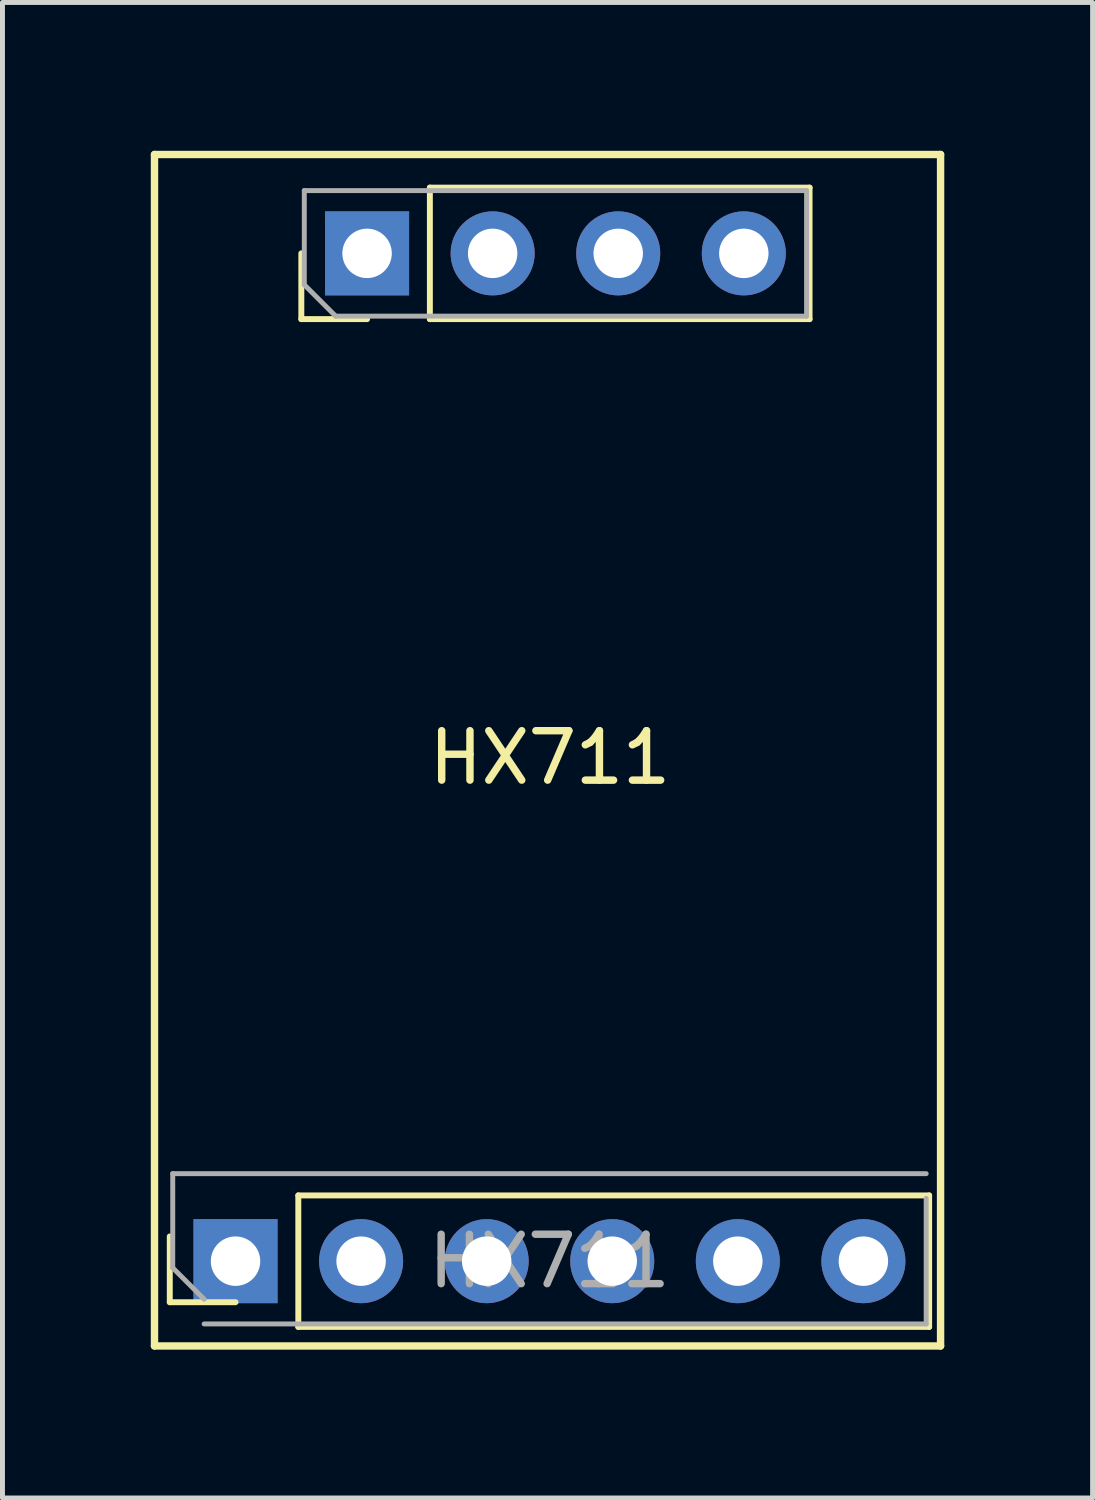
<source format=kicad_pcb>
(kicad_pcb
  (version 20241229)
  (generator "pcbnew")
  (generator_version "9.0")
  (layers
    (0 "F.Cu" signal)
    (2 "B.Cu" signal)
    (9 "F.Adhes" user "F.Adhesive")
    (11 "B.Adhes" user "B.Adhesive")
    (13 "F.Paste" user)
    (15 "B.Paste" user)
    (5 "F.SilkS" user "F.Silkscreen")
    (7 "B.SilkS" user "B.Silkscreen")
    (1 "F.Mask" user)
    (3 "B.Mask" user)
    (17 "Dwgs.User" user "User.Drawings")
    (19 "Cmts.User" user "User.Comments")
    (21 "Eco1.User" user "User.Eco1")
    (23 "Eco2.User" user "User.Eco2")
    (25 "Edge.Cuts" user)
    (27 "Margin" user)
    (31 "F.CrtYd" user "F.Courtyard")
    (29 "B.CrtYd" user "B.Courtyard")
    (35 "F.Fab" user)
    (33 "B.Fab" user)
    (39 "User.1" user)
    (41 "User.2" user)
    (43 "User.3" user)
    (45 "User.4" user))
  (footprint "HX711"
    (layer "F.Cu")
    (at 8.075 11.175)
    (property "Reference" "HX711" (at 0 1.1 0) (layer "F.SilkS") (effects (font (size 1 1) (thickness 0.15))))
    (attr through_hole)
    (fp_line (start -8 -11.1) (end -8 13) (stroke (width 0.15) (type solid)) (layer "F.SilkS"))
    (fp_line (start -8 13) (end 7.9 13) (stroke (width 0.15) (type solid)) (layer "F.SilkS"))
    (fp_line (start -7.691 12.115) (end -7.691 10.785) (stroke (width 0.12) (type solid)) (layer "F.SilkS"))
    (fp_line (start -6.361 12.115) (end -7.691 12.115) (stroke (width 0.12) (type solid)) (layer "F.SilkS"))
    (fp_line (start -5.091 9.955) (end 7.669 9.955) (stroke (width 0.12) (type solid)) (layer "F.SilkS"))
    (fp_line (start -5.091 12.615) (end -5.091 9.955) (stroke (width 0.12) (type solid)) (layer "F.SilkS"))
    (fp_line (start -5.091 12.615) (end 7.669 12.615) (stroke (width 0.12) (type solid)) (layer "F.SilkS"))
    (fp_line (start -5.03 -7.77) (end -5.03 -9.1) (stroke (width 0.12) (type solid)) (layer "F.SilkS"))
    (fp_line (start -3.7 -7.77) (end -5.03 -7.77) (stroke (width 0.12) (type solid)) (layer "F.SilkS"))
    (fp_line (start -2.43 -10.43) (end 5.25 -10.43) (stroke (width 0.12) (type solid)) (layer "F.SilkS"))
    (fp_line (start -2.43 -7.77) (end -2.43 -10.43) (stroke (width 0.12) (type solid)) (layer "F.SilkS"))
    (fp_line (start -2.43 -7.77) (end 5.25 -7.77) (stroke (width 0.12) (type solid)) (layer "F.SilkS"))
    (fp_line (start 5.25 -7.77) (end 5.25 -10.43) (stroke (width 0.12) (type solid)) (layer "F.SilkS"))
    (fp_line (start 7.669 12.615) (end 7.669 9.955) (stroke (width 0.12) (type solid)) (layer "F.SilkS"))
    (fp_line (start 7.9 -11.1) (end -8 -11.1) (stroke (width 0.15) (type solid)) (layer "F.SilkS"))
    (fp_line (start 7.9 13) (end 7.9 -11.1) (stroke (width 0.15) (type solid)) (layer "F.SilkS"))
    (fp_line (start -7.631 9.515) (end 7.609 9.515) (stroke (width 0.1) (type solid)) (layer "F.Fab"))
    (fp_line (start -7.631 11.42) (end -7.631 9.515) (stroke (width 0.1) (type solid)) (layer "F.Fab"))
    (fp_line (start -6.996 12.055) (end -7.631 11.42) (stroke (width 0.1) (type solid)) (layer "F.Fab"))
    (fp_line (start -4.97 -10.37) (end 5.19 -10.37) (stroke (width 0.1) (type solid)) (layer "F.Fab"))
    (fp_line (start -4.97 -8.465) (end -4.97 -10.37) (stroke (width 0.1) (type solid)) (layer "F.Fab"))
    (fp_line (start -4.335 -7.83) (end -4.97 -8.465) (stroke (width 0.1) (type solid)) (layer "F.Fab"))
    (fp_line (start 5.19 -10.37) (end 5.19 -7.83) (stroke (width 0.1) (type solid)) (layer "F.Fab"))
    (fp_line (start 5.19 -7.83) (end -4.335 -7.83) (stroke (width 0.1) (type solid)) (layer "F.Fab"))
    (fp_line (start 7.609 10.015) (end 7.609 12.555) (stroke (width 0.1) (type solid)) (layer "F.Fab"))
    (fp_line (start 7.609 12.555) (end -6.996 12.555) (stroke (width 0.1) (type solid)) (layer "F.Fab"))
    (fp_text user "${REFERENCE}" (at -0.011 11.285 180) (layer "F.Fab") (effects (font (size 1 1) (thickness 0.15))))
    (pad "1" thru_hole rect (at -6.361 11.285 90) (size 1.7 1.7) (drill 1) (layers "*.Cu" "*.Mask"))
    (pad "2" thru_hole oval (at -3.821 11.285 90) (size 1.7 1.7) (drill 1) (layers "*.Cu" "*.Mask"))
    (pad "3" thru_hole oval (at -1.281 11.285 90) (size 1.7 1.7) (drill 1) (layers "*.Cu" "*.Mask"))
    (pad "4" thru_hole oval (at 1.259 11.285 90) (size 1.7 1.7) (drill 1) (layers "*.Cu" "*.Mask"))
    (pad "5" thru_hole oval (at 3.799 11.285 90) (size 1.7 1.7) (drill 1) (layers "*.Cu" "*.Mask"))
    (pad "6" thru_hole oval (at 6.339 11.285 90) (size 1.7 1.7) (drill 1) (layers "*.Cu" "*.Mask"))
    (pad "7" thru_hole rect (at -3.7 -9.1 90) (size 1.7 1.7) (drill 1) (layers "*.Cu" "*.Mask"))
    (pad "8" thru_hole oval (at -1.16 -9.1 90) (size 1.7 1.7) (drill 1) (layers "*.Cu" "*.Mask"))
    (pad "9" thru_hole oval (at 1.38 -9.1 90) (size 1.7 1.7) (drill 1) (layers "*.Cu" "*.Mask"))
    (pad "10" thru_hole oval (at 3.92 -9.1 90) (size 1.7 1.7) (drill 1) (layers "*.Cu" "*.Mask")))
  (gr_rect
    (start -3 -3)
    (end 19.05 27.25)
    (stroke (width 0.1) (type default))
    (fill no)
    (layer "Edge.Cuts")))
</source>
